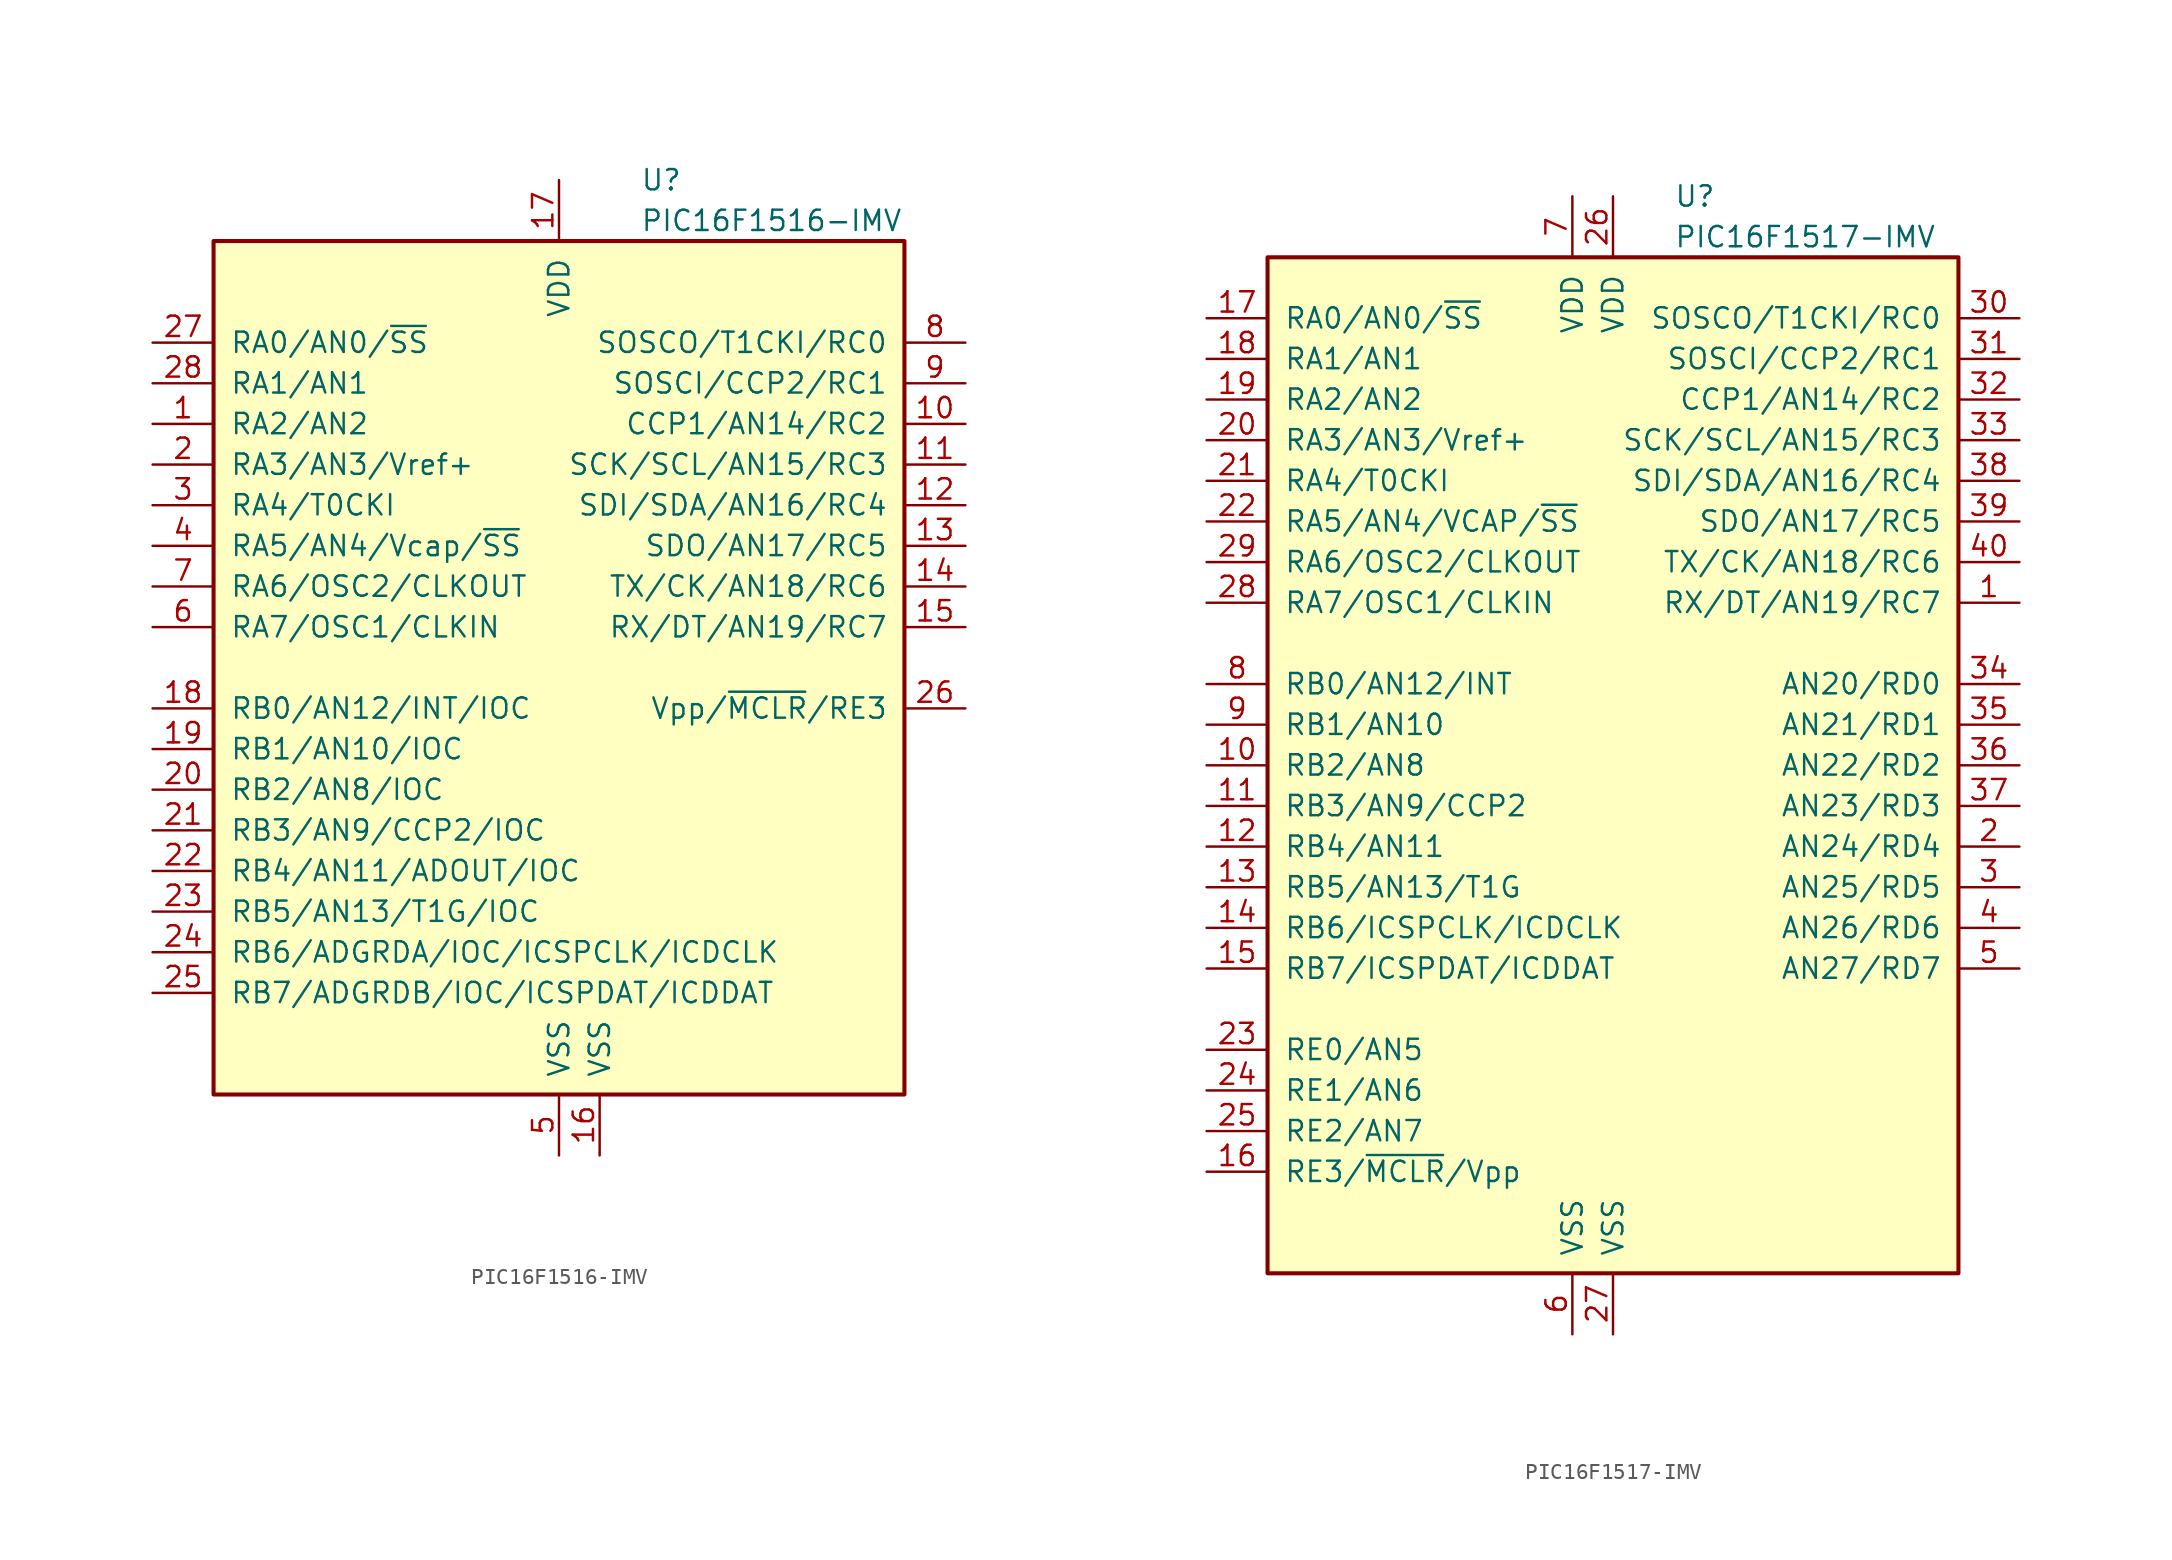
<source format=kicad_sym>
(kicad_symbol_lib
  (version 20211014)
  (generator kicad_symbol_editor)
  (symbol "PIC16F1516-IMV"
    (pin_names
      (offset 1.016))
    (property "Reference" "U"
      (at 5.08 30.48 0)
      (effects (font (size 1.27 1.27)) (justify left)))
    (property "Value" "PIC16F1516-IMV"
      (at 5.08 27.94 0)
      (effects (font (size 1.27 1.27)) (justify left)))
    (symbol "PIC16F1516-IMV_0_1"
      (rectangle (start -21.59 26.67) (end 21.59 -26.67) (stroke (width 0.254) (type default) (color 0 0 0 0)) (fill (type background))))
    (symbol "PIC16F1516-IMV_1_1"
      (pin bidirectional line (at -25.4 15.24 0) (length 3.81) (name "RA2/AN2" (effects (font (size 1.27 1.27)))) (number "1" (effects (font (size 1.27 1.27)))))
      (pin bidirectional line (at 25.4 15.24 180) (length 3.81) (name "CCP1/AN14/RC2" (effects (font (size 1.27 1.27)))) (number "10" (effects (font (size 1.27 1.27)))))
      (pin bidirectional line (at 25.4 12.7 180) (length 3.81) (name "SCK/SCL/AN15/RC3" (effects (font (size 1.27 1.27)))) (number "11" (effects (font (size 1.27 1.27)))))
      (pin bidirectional line (at 25.4 10.16 180) (length 3.81) (name "SDI/SDA/AN16/RC4" (effects (font (size 1.27 1.27)))) (number "12" (effects (font (size 1.27 1.27)))))
      (pin bidirectional line (at 25.4 7.62 180) (length 3.81) (name "SDO/AN17/RC5" (effects (font (size 1.27 1.27)))) (number "13" (effects (font (size 1.27 1.27)))))
      (pin bidirectional line (at 25.4 5.08 180) (length 3.81) (name "TX/CK/AN18/RC6" (effects (font (size 1.27 1.27)))) (number "14" (effects (font (size 1.27 1.27)))))
      (pin bidirectional line (at 25.4 2.54 180) (length 3.81) (name "RX/DT/AN19/RC7" (effects (font (size 1.27 1.27)))) (number "15" (effects (font (size 1.27 1.27)))))
      (pin power_in line (at 2.54 -30.48 90) (length 3.81) (name "VSS" (effects (font (size 1.27 1.27)))) (number "16" (effects (font (size 1.27 1.27)))))
      (pin power_in line (at 0 30.48 270) (length 3.81) (name "VDD" (effects (font (size 1.27 1.27)))) (number "17" (effects (font (size 1.27 1.27)))))
      (pin bidirectional line (at -25.4 -2.54 0) (length 3.81) (name "RB0/AN12/INT/IOC" (effects (font (size 1.27 1.27)))) (number "18" (effects (font (size 1.27 1.27)))))
      (pin bidirectional line (at -25.4 -5.08 0) (length 3.81) (name "RB1/AN10/IOC" (effects (font (size 1.27 1.27)))) (number "19" (effects (font (size 1.27 1.27)))))
      (pin bidirectional line (at -25.4 12.7 0) (length 3.81) (name "RA3/AN3/Vref+" (effects (font (size 1.27 1.27)))) (number "2" (effects (font (size 1.27 1.27)))))
      (pin bidirectional line (at -25.4 -7.62 0) (length 3.81) (name "RB2/AN8/IOC" (effects (font (size 1.27 1.27)))) (number "20" (effects (font (size 1.27 1.27)))))
      (pin bidirectional line (at -25.4 -10.16 0) (length 3.81) (name "RB3/AN9/CCP2/IOC" (effects (font (size 1.27 1.27)))) (number "21" (effects (font (size 1.27 1.27)))))
      (pin bidirectional line (at -25.4 -12.7 0) (length 3.81) (name "RB4/AN11/ADOUT/IOC" (effects (font (size 1.27 1.27)))) (number "22" (effects (font (size 1.27 1.27)))))
      (pin bidirectional line (at -25.4 -15.24 0) (length 3.81) (name "RB5/AN13/T1G/IOC" (effects (font (size 1.27 1.27)))) (number "23" (effects (font (size 1.27 1.27)))))
      (pin bidirectional line (at -25.4 -17.78 0) (length 3.81) (name "RB6/ADGRDA/IOC/ICSPCLK/ICDCLK" (effects (font (size 1.27 1.27)))) (number "24" (effects (font (size 1.27 1.27)))))
      (pin bidirectional line (at -25.4 -20.32 0) (length 3.81) (name "RB7/ADGRDB/IOC/ICSPDAT/ICDDAT" (effects (font (size 1.27 1.27)))) (number "25" (effects (font (size 1.27 1.27)))))
      (pin input line (at 25.4 -2.54 180) (length 3.81) (name "Vpp/~{MCLR}/RE3" (effects (font (size 1.27 1.27)))) (number "26" (effects (font (size 1.27 1.27)))))
      (pin bidirectional line (at -25.4 20.32 0) (length 3.81) (name "RA0/AN0/~{SS}" (effects (font (size 1.27 1.27)))) (number "27" (effects (font (size 1.27 1.27)))))
      (pin bidirectional line (at -25.4 17.78 0) (length 3.81) (name "RA1/AN1" (effects (font (size 1.27 1.27)))) (number "28" (effects (font (size 1.27 1.27)))))
      (pin bidirectional line (at -25.4 10.16 0) (length 3.81) (name "RA4/T0CKI" (effects (font (size 1.27 1.27)))) (number "3" (effects (font (size 1.27 1.27)))))
      (pin bidirectional line (at -25.4 7.62 0) (length 3.81) (name "RA5/AN4/Vcap/~{SS}" (effects (font (size 1.27 1.27)))) (number "4" (effects (font (size 1.27 1.27)))))
      (pin power_in line (at 0 -30.48 90) (length 3.81) (name "VSS" (effects (font (size 1.27 1.27)))) (number "5" (effects (font (size 1.27 1.27)))))
      (pin bidirectional line (at -25.4 2.54 0) (length 3.81) (name "RA7/OSC1/CLKIN" (effects (font (size 1.27 1.27)))) (number "6" (effects (font (size 1.27 1.27)))))
      (pin bidirectional line (at -25.4 5.08 0) (length 3.81) (name "RA6/OSC2/CLKOUT" (effects (font (size 1.27 1.27)))) (number "7" (effects (font (size 1.27 1.27)))))
      (pin bidirectional line (at 25.4 20.32 180) (length 3.81) (name "SOSCO/T1CKI/RC0" (effects (font (size 1.27 1.27)))) (number "8" (effects (font (size 1.27 1.27)))))
      (pin bidirectional line (at 25.4 17.78 180) (length 3.81) (name "SOSCI/CCP2/RC1" (effects (font (size 1.27 1.27)))) (number "9" (effects (font (size 1.27 1.27)))))))
  (symbol "PIC16F1517-IMV"
    (pin_names
      (offset 1.016))
    (property "Reference" "U"
      (at 3.81 35.56 0)
      (effects (font (size 1.27 1.27)) (justify left)))
    (property "Value" "PIC16F1517-IMV"
      (at 3.81 33.02 0)
      (effects (font (size 1.27 1.27)) (justify left)))
    (symbol "PIC16F1517-IMV_0_1"
      (rectangle (start -21.59 31.75) (end 21.59 -31.75) (stroke (width 0.254) (type default) (color 0 0 0 0)) (fill (type background))))
    (symbol "PIC16F1517-IMV_1_1"
      (pin bidirectional line (at 25.4 10.16 180) (length 3.81) (name "RX/DT/AN19/RC7" (effects (font (size 1.27 1.27)))) (number "1" (effects (font (size 1.27 1.27)))))
      (pin bidirectional line (at -25.4 0 0) (length 3.81) (name "RB2/AN8" (effects (font (size 1.27 1.27)))) (number "10" (effects (font (size 1.27 1.27)))))
      (pin bidirectional line (at -25.4 -2.54 0) (length 3.81) (name "RB3/AN9/CCP2" (effects (font (size 1.27 1.27)))) (number "11" (effects (font (size 1.27 1.27)))))
      (pin bidirectional line (at -25.4 -5.08 0) (length 3.81) (name "RB4/AN11" (effects (font (size 1.27 1.27)))) (number "12" (effects (font (size 1.27 1.27)))))
      (pin bidirectional line (at -25.4 -7.62 0) (length 3.81) (name "RB5/AN13/T1G" (effects (font (size 1.27 1.27)))) (number "13" (effects (font (size 1.27 1.27)))))
      (pin bidirectional line (at -25.4 -10.16 0) (length 3.81) (name "RB6/ICSPCLK/ICDCLK" (effects (font (size 1.27 1.27)))) (number "14" (effects (font (size 1.27 1.27)))))
      (pin bidirectional line (at -25.4 -12.7 0) (length 3.81) (name "RB7/ICSPDAT/ICDDAT" (effects (font (size 1.27 1.27)))) (number "15" (effects (font (size 1.27 1.27)))))
      (pin input line (at -25.4 -25.4 0) (length 3.81) (name "RE3/~{MCLR}/Vpp" (effects (font (size 1.27 1.27)))) (number "16" (effects (font (size 1.27 1.27)))))
      (pin bidirectional line (at -25.4 27.94 0) (length 3.81) (name "RA0/AN0/~{SS}" (effects (font (size 1.27 1.27)))) (number "17" (effects (font (size 1.27 1.27)))))
      (pin bidirectional line (at -25.4 25.4 0) (length 3.81) (name "RA1/AN1" (effects (font (size 1.27 1.27)))) (number "18" (effects (font (size 1.27 1.27)))))
      (pin bidirectional line (at -25.4 22.86 0) (length 3.81) (name "RA2/AN2" (effects (font (size 1.27 1.27)))) (number "19" (effects (font (size 1.27 1.27)))))
      (pin bidirectional line (at 25.4 -5.08 180) (length 3.81) (name "AN24/RD4" (effects (font (size 1.27 1.27)))) (number "2" (effects (font (size 1.27 1.27)))))
      (pin bidirectional line (at -25.4 20.32 0) (length 3.81) (name "RA3/AN3/Vref+" (effects (font (size 1.27 1.27)))) (number "20" (effects (font (size 1.27 1.27)))))
      (pin bidirectional line (at -25.4 17.78 0) (length 3.81) (name "RA4/T0CKI" (effects (font (size 1.27 1.27)))) (number "21" (effects (font (size 1.27 1.27)))))
      (pin bidirectional line (at -25.4 15.24 0) (length 3.81) (name "RA5/AN4/VCAP/~{SS}" (effects (font (size 1.27 1.27)))) (number "22" (effects (font (size 1.27 1.27)))))
      (pin bidirectional line (at -25.4 -17.78 0) (length 3.81) (name "RE0/AN5" (effects (font (size 1.27 1.27)))) (number "23" (effects (font (size 1.27 1.27)))))
      (pin bidirectional line (at -25.4 -20.32 0) (length 3.81) (name "RE1/AN6" (effects (font (size 1.27 1.27)))) (number "24" (effects (font (size 1.27 1.27)))))
      (pin bidirectional line (at -25.4 -22.86 0) (length 3.81) (name "RE2/AN7" (effects (font (size 1.27 1.27)))) (number "25" (effects (font (size 1.27 1.27)))))
      (pin power_in line (at 0 35.56 270) (length 3.81) (name "VDD" (effects (font (size 1.27 1.27)))) (number "26" (effects (font (size 1.27 1.27)))))
      (pin power_in line (at 0 -35.56 90) (length 3.81) (name "VSS" (effects (font (size 1.27 1.27)))) (number "27" (effects (font (size 1.27 1.27)))))
      (pin bidirectional line (at -25.4 10.16 0) (length 3.81) (name "RA7/OSC1/CLKIN" (effects (font (size 1.27 1.27)))) (number "28" (effects (font (size 1.27 1.27)))))
      (pin bidirectional line (at -25.4 12.7 0) (length 3.81) (name "RA6/OSC2/CLKOUT" (effects (font (size 1.27 1.27)))) (number "29" (effects (font (size 1.27 1.27)))))
      (pin bidirectional line (at 25.4 -7.62 180) (length 3.81) (name "AN25/RD5" (effects (font (size 1.27 1.27)))) (number "3" (effects (font (size 1.27 1.27)))))
      (pin bidirectional line (at 25.4 27.94 180) (length 3.81) (name "SOSCO/T1CKI/RC0" (effects (font (size 1.27 1.27)))) (number "30" (effects (font (size 1.27 1.27)))))
      (pin bidirectional line (at 25.4 25.4 180) (length 3.81) (name "SOSCI/CCP2/RC1" (effects (font (size 1.27 1.27)))) (number "31" (effects (font (size 1.27 1.27)))))
      (pin bidirectional line (at 25.4 22.86 180) (length 3.81) (name "CCP1/AN14/RC2" (effects (font (size 1.27 1.27)))) (number "32" (effects (font (size 1.27 1.27)))))
      (pin bidirectional line (at 25.4 20.32 180) (length 3.81) (name "SCK/SCL/AN15/RC3" (effects (font (size 1.27 1.27)))) (number "33" (effects (font (size 1.27 1.27)))))
      (pin bidirectional line (at 25.4 5.08 180) (length 3.81) (name "AN20/RD0" (effects (font (size 1.27 1.27)))) (number "34" (effects (font (size 1.27 1.27)))))
      (pin bidirectional line (at 25.4 2.54 180) (length 3.81) (name "AN21/RD1" (effects (font (size 1.27 1.27)))) (number "35" (effects (font (size 1.27 1.27)))))
      (pin bidirectional line (at 25.4 0 180) (length 3.81) (name "AN22/RD2" (effects (font (size 1.27 1.27)))) (number "36" (effects (font (size 1.27 1.27)))))
      (pin bidirectional line (at 25.4 -2.54 180) (length 3.81) (name "AN23/RD3" (effects (font (size 1.27 1.27)))) (number "37" (effects (font (size 1.27 1.27)))))
      (pin bidirectional line (at 25.4 17.78 180) (length 3.81) (name "SDI/SDA/AN16/RC4" (effects (font (size 1.27 1.27)))) (number "38" (effects (font (size 1.27 1.27)))))
      (pin bidirectional line (at 25.4 15.24 180) (length 3.81) (name "SDO/AN17/RC5" (effects (font (size 1.27 1.27)))) (number "39" (effects (font (size 1.27 1.27)))))
      (pin bidirectional line (at 25.4 -10.16 180) (length 3.81) (name "AN26/RD6" (effects (font (size 1.27 1.27)))) (number "4" (effects (font (size 1.27 1.27)))))
      (pin bidirectional line (at 25.4 12.7 180) (length 3.81) (name "TX/CK/AN18/RC6" (effects (font (size 1.27 1.27)))) (number "40" (effects (font (size 1.27 1.27)))))
      (pin bidirectional line (at 25.4 -12.7 180) (length 3.81) (name "AN27/RD7" (effects (font (size 1.27 1.27)))) (number "5" (effects (font (size 1.27 1.27)))))
      (pin power_in line (at -2.54 -35.56 90) (length 3.81) (name "VSS" (effects (font (size 1.27 1.27)))) (number "6" (effects (font (size 1.27 1.27)))))
      (pin power_in line (at -2.54 35.56 270) (length 3.81) (name "VDD" (effects (font (size 1.27 1.27)))) (number "7" (effects (font (size 1.27 1.27)))))
      (pin bidirectional line (at -25.4 5.08 0) (length 3.81) (name "RB0/AN12/INT" (effects (font (size 1.27 1.27)))) (number "8" (effects (font (size 1.27 1.27)))))
      (pin bidirectional line (at -25.4 2.54 0) (length 3.81) (name "RB1/AN10" (effects (font (size 1.27 1.27)))) (number "9" (effects (font (size 1.27 1.27))))))))
</source>
